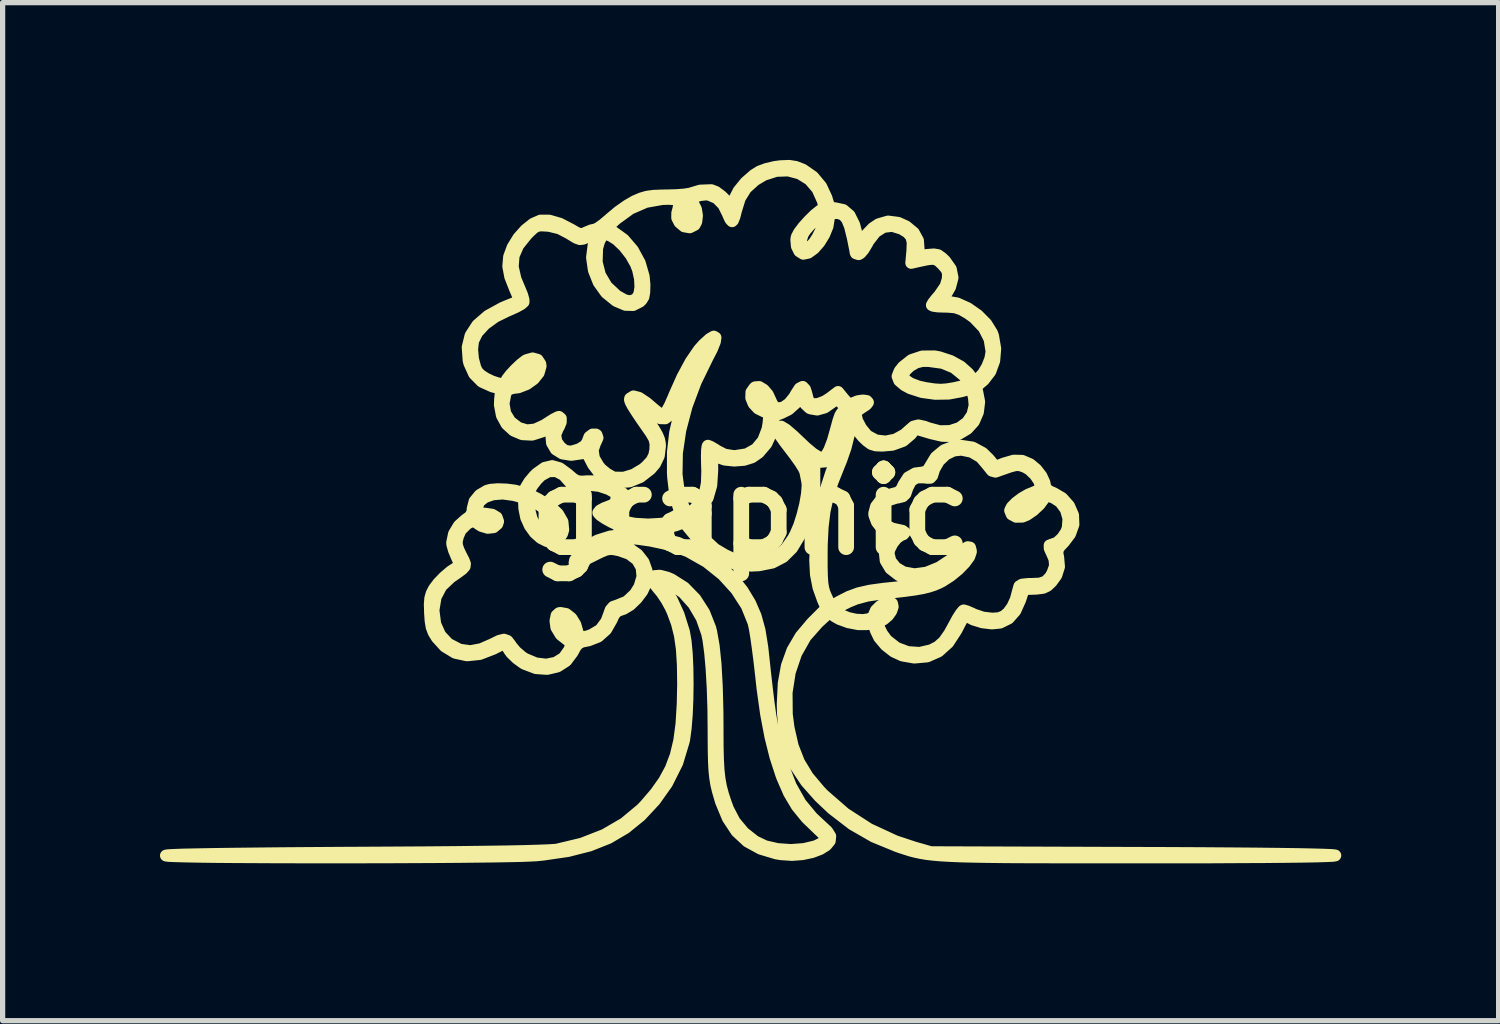
<source format=kicad_pcb>
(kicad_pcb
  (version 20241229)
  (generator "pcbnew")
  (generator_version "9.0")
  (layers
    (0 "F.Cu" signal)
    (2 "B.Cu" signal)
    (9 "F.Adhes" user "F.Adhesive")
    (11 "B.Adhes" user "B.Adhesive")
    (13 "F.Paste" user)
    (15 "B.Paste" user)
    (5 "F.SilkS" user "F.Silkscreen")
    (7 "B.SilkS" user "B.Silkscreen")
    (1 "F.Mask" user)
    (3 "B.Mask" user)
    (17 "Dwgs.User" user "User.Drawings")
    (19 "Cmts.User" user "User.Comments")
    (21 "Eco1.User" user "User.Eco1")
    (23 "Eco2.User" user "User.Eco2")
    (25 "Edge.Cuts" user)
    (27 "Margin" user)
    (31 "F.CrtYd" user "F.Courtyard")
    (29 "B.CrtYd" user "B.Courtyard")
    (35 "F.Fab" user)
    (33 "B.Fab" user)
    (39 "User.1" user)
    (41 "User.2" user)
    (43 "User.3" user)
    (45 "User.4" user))
  (footprint "graphic"
    (layer "F.Cu")
    (at 11.262 6.704)
    (property "Reference" "graphic" (at 0 0 0) (layer "F.SilkS") (effects (font (size 1.5 1.5) (thickness 0.3))))
    (attr board_only exclude_from_pos_files exclude_from_bom)
    (fp_poly (pts (xy 0.861 -6.572) (xy 0.989 -6.523) (xy 1.001 -6.517) (xy 1.191 -6.385) (xy 1.346 -6.199) (xy 1.447 -5.982) (xy 1.457 -5.946) (xy 1.49 -5.843) (xy 1.531 -5.796) (xy 1.602 -5.784) (xy 1.61 -5.784) (xy 1.767 -5.75) (xy 1.887 -5.648) (xy 1.972 -5.477) (xy 1.981 -5.45) (xy 2.016 -5.316) (xy 2.038 -5.2) (xy 2.041 -5.155) (xy 2.058 -5.08) (xy 2.095 -5.073) (xy 2.135 -5.135) (xy 2.141 -5.153) (xy 2.212 -5.282) (xy 2.331 -5.406) (xy 2.442 -5.48) (xy 2.622 -5.531) (xy 2.815 -5.506) (xy 2.967 -5.437) (xy 3.111 -5.317) (xy 3.192 -5.168) (xy 3.204 -5.005) (xy 3.197 -4.971) (xy 3.186 -4.913) (xy 3.202 -4.886) (xy 3.264 -4.883) (xy 3.371 -4.894) (xy 3.493 -4.904) (xy 3.574 -4.89) (xy 3.648 -4.838) (xy 3.709 -4.779) (xy 3.818 -4.624) (xy 3.851 -4.459) (xy 3.805 -4.283) (xy 3.749 -4.185) (xy 3.682 -4.082) (xy 3.658 -4.028) (xy 3.678 -4.008) (xy 3.741 -4.004) (xy 3.742 -4.004) (xy 3.937 -3.97) (xy 4.14 -3.879) (xy 4.333 -3.744) (xy 4.494 -3.581) (xy 4.603 -3.406) (xy 4.624 -3.348) (xy 4.665 -3.107) (xy 4.646 -2.876) (xy 4.571 -2.67) (xy 4.445 -2.506) (xy 4.404 -2.472) (xy 4.327 -2.405) (xy 4.306 -2.347) (xy 4.321 -2.289) (xy 4.359 -2.094) (xy 4.335 -1.895) (xy 4.257 -1.715) (xy 4.131 -1.577) (xy 4.125 -1.573) (xy 3.971 -1.481) (xy 3.822 -1.439) (xy 3.654 -1.443) (xy 3.444 -1.492) (xy 3.433 -1.495) (xy 3.141 -1.582) (xy 3.056 -1.473) (xy 2.906 -1.346) (xy 2.703 -1.273) (xy 2.509 -1.256) (xy 2.389 -1.261) (xy 2.303 -1.286) (xy 2.221 -1.345) (xy 2.138 -1.424) (xy 2.007 -1.584) (xy 1.943 -1.736) (xy 1.941 -1.747) (xy 1.869 -1.919) (xy 1.774 -2.031) (xy 1.636 -2.161) (xy 1.552 -2.082) (xy 1.412 -1.984) (xy 1.269 -1.944) (xy 1.143 -1.965) (xy 1.121 -1.977) (xy 1.041 -2.053) (xy 1 -2.123) (xy 0.98 -2.169) (xy 0.953 -2.17) (xy 0.902 -2.119) (xy 0.858 -2.066) (xy 0.725 -1.947) (xy 0.587 -1.879) (xy 0.485 -1.84) (xy 0.44 -1.791) (xy 0.432 -1.731) (xy 0.397 -1.503) (xy 0.3 -1.293) (xy 0.154 -1.122) (xy 0.026 -1.033) (xy -0.128 -0.985) (xy -0.313 -0.971) (xy -0.494 -0.99) (xy -0.612 -1.031) (xy -0.733 -1.095) (xy -0.73 -0.793) (xy -0.749 -0.501) (xy -0.817 -0.264) (xy -0.937 -0.071) (xy -1.018 0.012) (xy -1.092 0.083) (xy -1.13 0.141) (xy -1.13 0.203) (xy -1.087 0.283) (xy -0.999 0.396) (xy -0.911 0.5) (xy -0.682 0.713) (xy -0.488 0.828) (xy -0.353 0.891) (xy -0.245 0.926) (xy -0.131 0.94) (xy 0.021 0.939) (xy 0.073 0.936) (xy 0.322 0.906) (xy 0.516 0.834) (xy 0.672 0.71) (xy 0.806 0.521) (xy 0.855 0.43) (xy 0.925 0.267) (xy 0.987 0.07) (xy 1.039 -0.138) (xy 1.073 -0.334) (xy 1.086 -0.495) (xy 1.079 -0.573) (xy 1.055 -0.692) (xy 1.041 -0.762) (xy 1.009 -0.831) (xy 0.938 -0.943) (xy 0.84 -1.08) (xy 0.766 -1.177) (xy 0.66 -1.316) (xy 0.575 -1.435) (xy 0.523 -1.521) (xy 0.51 -1.552) (xy 0.527 -1.615) (xy 0.58 -1.621) (xy 0.672 -1.566) (xy 0.807 -1.451) (xy 0.878 -1.383) (xy 1.055 -1.216) (xy 1.19 -1.104) (xy 1.293 -1.041) (xy 1.37 -1.021) (xy 1.371 -1.021) (xy 1.433 -1.059) (xy 1.499 -1.171) (xy 1.567 -1.351) (xy 1.626 -1.56) (xy 1.672 -1.729) (xy 1.708 -1.833) (xy 1.743 -1.887) (xy 1.782 -1.904) (xy 1.787 -1.904) (xy 1.854 -1.87) (xy 1.889 -1.775) (xy 1.893 -1.628) (xy 1.867 -1.44) (xy 1.812 -1.22) (xy 1.728 -0.978) (xy 1.686 -0.875) (xy 1.562 -0.563) (xy 1.472 -0.282) (xy 1.411 -0.008) (xy 1.375 0.285) (xy 1.358 0.619) (xy 1.356 0.805) (xy 1.356 1.047) (xy 1.36 1.225) (xy 1.368 1.356) (xy 1.383 1.453) (xy 1.405 1.534) (xy 1.437 1.612) (xy 1.442 1.622) (xy 1.529 1.811) (xy 1.697 1.714) (xy 1.874 1.624) (xy 2.059 1.556) (xy 2.274 1.507) (xy 2.537 1.471) (xy 2.694 1.455) (xy 2.901 1.434) (xy 3.099 1.407) (xy 3.265 1.378) (xy 3.359 1.356) (xy 3.519 1.292) (xy 3.692 1.196) (xy 3.855 1.083) (xy 3.984 0.971) (xy 4.039 0.903) (xy 4.067 0.854) (xy 4.055 0.851) (xy 3.995 0.897) (xy 3.947 0.938) (xy 3.729 1.09) (xy 3.478 1.208) (xy 3.229 1.276) (xy 3.187 1.282) (xy 3.043 1.289) (xy 2.927 1.262) (xy 2.827 1.213) (xy 2.665 1.087) (xy 2.574 0.935) (xy 2.556 0.766) (xy 2.613 0.589) (xy 2.63 0.558) (xy 2.709 0.43) (xy 2.616 0.395) (xy 2.499 0.317) (xy 2.406 0.198) (xy 2.358 0.068) (xy 2.355 0.037) (xy 2.391 -0.098) (xy 2.484 -0.22) (xy 2.613 -0.309) (xy 2.708 -0.338) (xy 2.811 -0.365) (xy 2.873 -0.421) (xy 2.917 -0.514) (xy 3.006 -0.652) (xy 3.14 -0.728) (xy 3.282 -0.746) (xy 3.368 -0.773) (xy 3.419 -0.854) (xy 3.528 -1.036) (xy 3.689 -1.17) (xy 3.886 -1.245) (xy 4.004 -1.256) (xy 4.232 -1.222) (xy 4.425 -1.118) (xy 4.544 -1.001) (xy 4.666 -0.853) (xy 4.827 -0.917) (xy 5.017 -0.972) (xy 5.178 -0.968) (xy 5.33 -0.903) (xy 5.447 -0.805) (xy 5.545 -0.679) (xy 5.604 -0.55) (xy 5.614 -0.49) (xy 5.639 -0.426) (xy 5.723 -0.374) (xy 5.779 -0.352) (xy 5.94 -0.258) (xy 6.071 -0.111) (xy 6.149 0.067) (xy 6.156 0.246) (xy 6.092 0.427) (xy 5.975 0.581) (xy 5.89 0.672) (xy 5.853 0.738) (xy 5.852 0.81) (xy 5.865 0.868) (xy 5.881 1.052) (xy 5.829 1.216) (xy 5.738 1.341) (xy 5.659 1.416) (xy 5.576 1.455) (xy 5.456 1.47) (xy 5.417 1.472) (xy 5.208 1.479) (xy 5.141 1.684) (xy 5.046 1.895) (xy 4.92 2.038) (xy 4.758 2.118) (xy 4.756 2.119) (xy 4.6 2.134) (xy 4.418 2.112) (xy 4.248 2.06) (xy 4.176 2.022) (xy 4.106 1.987) (xy 4.073 1.986) (xy 4.047 2.028) (xy 3.996 2.121) (xy 3.932 2.246) (xy 3.923 2.263) (xy 3.768 2.501) (xy 3.582 2.668) (xy 3.366 2.763) (xy 3.121 2.785) (xy 2.893 2.745) (xy 2.73 2.67) (xy 2.575 2.549) (xy 2.452 2.403) (xy 2.39 2.276) (xy 2.356 2.181) (xy 2.315 2.143) (xy 2.241 2.144) (xy 2.214 2.148) (xy 2.053 2.148) (xy 1.866 2.112) (xy 1.692 2.049) (xy 1.606 2) (xy 1.499 1.923) (xy 1.286 2.118) (xy 1.049 2.386) (xy 0.869 2.704) (xy 0.748 3.061) (xy 0.687 3.452) (xy 0.691 3.867) (xy 0.724 4.121) (xy 0.805 4.475) (xy 0.924 4.779) (xy 1.092 5.056) (xy 1.321 5.328) (xy 1.388 5.398) (xy 1.799 5.756) (xy 2.257 6.052) (xy 2.761 6.285) (xy 3.121 6.404) (xy 3.435 6.494) (xy 7.292 6.507) (xy 7.971 6.509) (xy 8.59 6.512) (xy 9.148 6.516) (xy 9.641 6.52) (xy 10.068 6.525) (xy 10.427 6.53) (xy 10.716 6.536) (xy 10.933 6.542) (xy 11.076 6.548) (xy 11.144 6.555) (xy 11.149 6.557) (xy 11.11 6.564) (xy 10.995 6.57) (xy 10.804 6.576) (xy 10.541 6.581) (xy 10.207 6.585) (xy 9.804 6.589) (xy 9.334 6.591) (xy 8.798 6.594) (xy 8.199 6.595) (xy 7.538 6.595) (xy 7.424 6.595) (xy 6.776 6.595) (xy 6.202 6.595) (xy 5.695 6.594) (xy 5.252 6.593) (xy 4.866 6.591) (xy 4.533 6.587) (xy 4.247 6.582) (xy 4.004 6.576) (xy 3.798 6.567) (xy 3.624 6.557) (xy 3.476 6.544) (xy 3.35 6.529) (xy 3.24 6.51) (xy 3.142 6.489) (xy 3.049 6.465) (xy 2.957 6.436) (xy 2.861 6.405) (xy 2.803 6.385) (xy 2.349 6.199) (xy 1.938 5.963) (xy 1.552 5.665) (xy 1.315 5.441) (xy 1.059 5.153) (xy 0.868 4.866) (xy 0.734 4.563) (xy 0.652 4.229) (xy 0.615 3.849) (xy 0.611 3.671) (xy 0.63 3.278) (xy 0.69 2.941) (xy 0.796 2.646) (xy 0.953 2.378) (xy 1.168 2.123) (xy 1.2 2.091) (xy 1.417 1.874) (xy 1.61 1.874) (xy 1.64 1.914) (xy 1.714 1.967) (xy 1.718 1.969) (xy 1.855 2.027) (xy 2.004 2.06) (xy 2.147 2.068) (xy 2.265 2.049) (xy 2.339 2.006) (xy 2.352 1.97) (xy 2.434 1.97) (xy 2.46 1.982) (xy 2.519 1.959) (xy 2.581 1.916) (xy 2.612 1.882) (xy 2.621 1.827) (xy 2.615 1.817) (xy 2.574 1.822) (xy 2.512 1.866) (xy 2.456 1.924) (xy 2.434 1.97) (xy 2.352 1.97) (xy 2.355 1.961) (xy 2.388 1.884) (xy 2.467 1.805) (xy 2.564 1.745) (xy 2.636 1.727) (xy 2.697 1.752) (xy 2.71 1.814) (xy 2.683 1.896) (xy 2.622 1.982) (xy 2.537 2.055) (xy 2.465 2.09) (xy 2.437 2.134) (xy 2.453 2.22) (xy 2.506 2.329) (xy 2.589 2.442) (xy 2.602 2.457) (xy 2.782 2.598) (xy 2.995 2.678) (xy 3.222 2.694) (xy 3.443 2.643) (xy 3.573 2.576) (xy 3.683 2.478) (xy 3.79 2.326) (xy 3.869 2.182) (xy 3.942 2.047) (xy 4.007 1.944) (xy 4.053 1.889) (xy 4.063 1.884) (xy 4.122 1.901) (xy 4.219 1.943) (xy 4.26 1.963) (xy 4.427 2.02) (xy 4.605 2.041) (xy 4.738 2.032) (xy 4.831 1.994) (xy 4.907 1.93) (xy 4.989 1.818) (xy 5.053 1.68) (xy 5.063 1.645) (xy 5.094 1.529) (xy 5.118 1.442) (xy 5.124 1.423) (xy 5.175 1.392) (xy 5.299 1.379) (xy 5.357 1.379) (xy 5.519 1.372) (xy 5.63 1.332) (xy 5.711 1.247) (xy 5.754 1.173) (xy 5.804 1.034) (xy 5.792 0.906) (xy 5.751 0.81) (xy 5.702 0.702) (xy 5.7 0.645) (xy 5.744 0.628) (xy 5.746 0.628) (xy 5.841 0.594) (xy 5.938 0.507) (xy 6.016 0.39) (xy 6.046 0.312) (xy 6.059 0.132) (xy 6.009 -0.04) (xy 5.905 -0.181) (xy 5.783 -0.261) (xy 5.687 -0.297) (xy 5.636 -0.3) (xy 5.604 -0.266) (xy 5.595 -0.25) (xy 5.509 -0.134) (xy 5.39 -0.022) (xy 5.264 0.064) (xy 5.181 0.098) (xy 5.063 0.1) (xy 4.978 0.055) (xy 4.947 -0.02) (xy 4.953 -0.034) (xy 5.053 -0.034) (xy 5.053 0.01) (xy 5.104 0.023) (xy 5.192 0.002) (xy 5.306 -0.055) (xy 5.331 -0.07) (xy 5.415 -0.142) (xy 5.46 -0.202) (xy 5.471 -0.259) (xy 5.431 -0.277) (xy 5.354 -0.26) (xy 5.255 -0.211) (xy 5.147 -0.135) (xy 5.115 -0.107) (xy 5.053 -0.034) (xy 4.953 -0.034) (xy 4.979 -0.087) (xy 5.061 -0.17) (xy 5.174 -0.255) (xy 5.297 -0.326) (xy 5.378 -0.358) (xy 5.488 -0.406) (xy 5.535 -0.46) (xy 5.535 -0.467) (xy 5.504 -0.579) (xy 5.423 -0.699) (xy 5.315 -0.802) (xy 5.235 -0.849) (xy 5.138 -0.883) (xy 5.057 -0.886) (xy 4.953 -0.859) (xy 4.912 -0.845) (xy 4.791 -0.803) (xy 4.695 -0.769) (xy 4.668 -0.76) (xy 4.602 -0.778) (xy 4.527 -0.871) (xy 4.523 -0.877) (xy 4.389 -1.035) (xy 4.215 -1.138) (xy 4.019 -1.179) (xy 3.872 -1.163) (xy 3.722 -1.09) (xy 3.591 -0.965) (xy 3.503 -0.813) (xy 3.493 -0.781) (xy 3.462 -0.683) (xy 3.425 -0.643) (xy 3.357 -0.643) (xy 3.32 -0.65) (xy 3.168 -0.651) (xy 3.059 -0.586) (xy 2.99 -0.453) (xy 2.985 -0.436) (xy 2.952 -0.339) (xy 2.903 -0.291) (xy 2.81 -0.267) (xy 2.777 -0.263) (xy 2.632 -0.217) (xy 2.515 -0.131) (xy 2.445 -0.022) (xy 2.434 0.039) (xy 2.47 0.152) (xy 2.564 0.253) (xy 2.697 0.322) (xy 2.778 0.341) (xy 2.895 0.366) (xy 2.94 0.398) (xy 2.912 0.433) (xy 2.863 0.452) (xy 2.783 0.508) (xy 2.704 0.608) (xy 2.647 0.721) (xy 2.63 0.797) (xy 2.667 0.943) (xy 2.768 1.069) (xy 2.915 1.157) (xy 3.124 1.195) (xy 3.354 1.164) (xy 3.597 1.065) (xy 3.846 0.9) (xy 3.932 0.828) (xy 4.058 0.725) (xy 4.139 0.678) (xy 4.184 0.686) (xy 4.2 0.747) (xy 4.201 0.767) (xy 4.169 0.861) (xy 4.083 0.979) (xy 3.96 1.105) (xy 3.812 1.226) (xy 3.656 1.327) (xy 3.589 1.361) (xy 3.495 1.401) (xy 3.396 1.433) (xy 3.278 1.462) (xy 3.131 1.488) (xy 2.939 1.514) (xy 2.691 1.543) (xy 2.48 1.566) (xy 2.221 1.605) (xy 2.007 1.663) (xy 1.862 1.723) (xy 1.737 1.785) (xy 1.647 1.839) (xy 1.61 1.872) (xy 1.61 1.874) (xy 1.417 1.874) (xy 1.447 1.843) (xy 1.375 1.677) (xy 1.292 1.445) (xy 1.244 1.2) (xy 1.23 0.923) (xy 1.248 0.594) (xy 1.251 0.559) (xy 1.313 0.085) (xy 1.406 -0.339) (xy 1.535 -0.74) (xy 1.616 -0.941) (xy 1.702 -1.154) (xy 1.755 -1.327) (xy 1.783 -1.488) (xy 1.791 -1.59) (xy 1.795 -1.724) (xy 1.787 -1.781) (xy 1.769 -1.762) (xy 1.74 -1.666) (xy 1.701 -1.495) (xy 1.692 -1.452) (xy 1.641 -1.272) (xy 1.572 -1.116) (xy 1.495 -1.003) (xy 1.433 -0.956) (xy 1.33 -0.947) (xy 1.206 -0.995) (xy 1.052 -1.102) (xy 0.908 -1.229) (xy 0.793 -1.336) (xy 0.728 -1.391) (xy 0.713 -1.392) (xy 0.749 -1.338) (xy 0.836 -1.226) (xy 0.917 -1.127) (xy 1.074 -0.893) (xy 1.158 -0.663) (xy 1.176 -0.498) (xy 1.161 -0.307) (xy 1.115 -0.076) (xy 1.048 0.166) (xy 0.965 0.39) (xy 0.932 0.463) (xy 0.79 0.699) (xy 0.62 0.867) (xy 0.414 0.974) (xy 0.158 1.025) (xy 0.009 1.032) (xy -0.274 1.004) (xy -0.532 0.912) (xy -0.774 0.752) (xy -1.008 0.518) (xy -1.036 0.485) (xy -1.269 0.204) (xy -1.43 0.264) (xy -1.569 0.298) (xy -1.769 0.32) (xy -1.983 0.329) (xy -2.169 0.329) (xy -2.301 0.322) (xy -2.406 0.303) (xy -2.508 0.266) (xy -2.634 0.207) (xy -2.641 0.204) (xy -2.768 0.134) (xy -2.862 0.071) (xy -2.904 0.026) (xy -2.905 0.021) (xy -2.871 -0.022) (xy -2.785 -0.068) (xy -2.738 -0.085) (xy -2.629 -0.128) (xy -2.576 -0.18) (xy -2.559 -0.246) (xy -2.561 -0.317) (xy -2.598 -0.368) (xy -2.689 -0.419) (xy -2.716 -0.432) (xy -2.885 -0.488) (xy -3.051 -0.507) (xy -3.189 -0.489) (xy -3.259 -0.451) (xy -3.304 -0.421) (xy -3.344 -0.433) (xy -3.399 -0.498) (xy -3.431 -0.543) (xy -3.566 -0.696) (xy -3.707 -0.771) (xy -3.85 -0.768) (xy -3.996 -0.688) (xy -4.003 -0.682) (xy -4.079 -0.605) (xy -4.153 -0.51) (xy -4.211 -0.418) (xy -4.237 -0.352) (xy -4.233 -0.335) (xy -4.193 -0.312) (xy -4.108 -0.267) (xy -4.054 -0.24) (xy -3.83 -0.104) (xy -3.673 0.043) (xy -3.586 0.195) (xy -3.572 0.348) (xy -3.594 0.423) (xy -3.669 0.531) (xy -3.769 0.575) (xy -3.883 0.564) (xy -4.001 0.505) (xy -4.114 0.405) (xy -4.21 0.272) (xy -4.281 0.114) (xy -4.316 -0.062) (xy -4.318 -0.116) (xy -4.322 -0.205) (xy -4.342 -0.247) (xy -4.252 -0.247) (xy -4.226 -0.06) (xy -4.173 0.143) (xy -4.079 0.316) (xy -3.956 0.436) (xy -3.932 0.451) (xy -3.839 0.496) (xy -3.782 0.502) (xy -3.731 0.466) (xy -3.713 0.449) (xy -3.655 0.344) (xy -3.667 0.223) (xy -3.746 0.094) (xy -3.887 -0.034) (xy -4.046 -0.135) (xy -4.252 -0.247) (xy -4.342 -0.247) (xy -4.346 -0.255) (xy -4.41 -0.287) (xy -4.518 -0.315) (xy -4.726 -0.343) (xy -4.914 -0.328) (xy -5.067 -0.275) (xy -5.174 -0.189) (xy -5.22 -0.074) (xy -5.221 -0.052) (xy -5.211 0.007) (xy -5.167 0.033) (xy -5.067 0.039) (xy -4.928 0.059) (xy -4.841 0.111) (xy -4.814 0.188) (xy -4.83 0.238) (xy -4.902 0.299) (xy -5.011 0.311) (xy -5.132 0.275) (xy -5.19 0.238) (xy -5.258 0.19) (xy -5.31 0.184) (xy -5.384 0.221) (xy -5.409 0.236) (xy -5.527 0.353) (xy -5.578 0.468) (xy -5.602 0.565) (xy -5.599 0.645) (xy -5.566 0.739) (xy -5.521 0.833) (xy -5.471 0.93) (xy -5.446 0.996) (xy -5.452 1.047) (xy -5.499 1.099) (xy -5.592 1.168) (xy -5.721 1.257) (xy -5.897 1.424) (xy -6.005 1.63) (xy -6.045 1.873) (xy -6.045 1.893) (xy -6.012 2.147) (xy -5.917 2.358) (xy -5.765 2.52) (xy -5.56 2.627) (xy -5.534 2.635) (xy -5.343 2.661) (xy -5.137 2.622) (xy -4.929 2.531) (xy -4.792 2.464) (xy -4.702 2.442) (xy -4.637 2.465) (xy -4.58 2.538) (xy -4.561 2.568) (xy -4.479 2.667) (xy -4.362 2.768) (xy -4.301 2.808) (xy -4.096 2.894) (xy -3.896 2.918) (xy -3.714 2.881) (xy -3.564 2.788) (xy -3.459 2.64) (xy -3.453 2.627) (xy -3.423 2.54) (xy -3.434 2.493) (xy -3.475 2.462) (xy -3.621 2.348) (xy -3.705 2.209) (xy -3.722 2.083) (xy -3.711 2.031) (xy -3.65 2.031) (xy -3.648 2.103) (xy -3.616 2.194) (xy -3.558 2.28) (xy -3.548 2.291) (xy -3.46 2.36) (xy -3.406 2.363) (xy -3.391 2.3) (xy -3.4 2.245) (xy -3.443 2.148) (xy -3.515 2.06) (xy -3.591 2.007) (xy -3.616 2.002) (xy -3.65 2.031) (xy -3.711 2.031) (xy -3.701 1.981) (xy -3.653 1.937) (xy -3.629 1.932) (xy -3.518 1.952) (xy -3.416 2.032) (xy -3.341 2.154) (xy -3.317 2.238) (xy -3.287 2.344) (xy -3.231 2.392) (xy -3.136 2.386) (xy -3.035 2.353) (xy -2.866 2.252) (xy -2.751 2.097) (xy -2.709 1.984) (xy -2.669 1.873) (xy -2.618 1.815) (xy -2.545 1.791) (xy -2.359 1.715) (xy -2.205 1.571) (xy -2.12 1.433) (xy -2.063 1.242) (xy -2.079 1.068) (xy -2.164 0.92) (xy -2.313 0.807) (xy -2.496 0.742) (xy -2.601 0.72) (xy -2.681 0.714) (xy -2.759 0.729) (xy -2.857 0.769) (xy -2.998 0.839) (xy -3.025 0.853) (xy -3.165 0.92) (xy -3.278 0.965) (xy -3.346 0.982) (xy -3.358 0.979) (xy -3.348 0.927) (xy -3.289 0.846) (xy -3.21 0.766) (xy -3.101 0.766) (xy -3.082 0.785) (xy -3.062 0.766) (xy -3.082 0.746) (xy -3.101 0.766) (xy -3.21 0.766) (xy -3.196 0.751) (xy -3.084 0.656) (xy -2.969 0.578) (xy -2.916 0.55) (xy -2.676 0.474) (xy -2.381 0.442) (xy -2.041 0.455) (xy -1.806 0.487) (xy -1.383 0.596) (xy -0.99 0.768) (xy -0.637 0.998) (xy -0.334 1.279) (xy -0.152 1.51) (xy -0.009 1.747) (xy 0.096 1.99) (xy 0.171 2.261) (xy 0.223 2.582) (xy 0.233 2.67) (xy 0.275 3.062) (xy 0.312 3.387) (xy 0.345 3.657) (xy 0.377 3.884) (xy 0.411 4.079) (xy 0.447 4.253) (xy 0.487 4.419) (xy 0.535 4.588) (xy 0.592 4.771) (xy 0.612 4.832) (xy 0.767 5.232) (xy 0.954 5.563) (xy 1.175 5.83) (xy 1.216 5.869) (xy 1.323 5.969) (xy 1.418 6.057) (xy 1.461 6.097) (xy 1.519 6.189) (xy 1.51 6.279) (xy 1.442 6.363) (xy 1.325 6.436) (xy 1.171 6.494) (xy 0.988 6.533) (xy 0.788 6.548) (xy 0.58 6.534) (xy 0.493 6.52) (xy 0.19 6.429) (xy -0.062 6.291) (xy -0.268 6.1) (xy -0.434 5.849) (xy -0.566 5.533) (xy -0.627 5.323) (xy -0.656 5.201) (xy -0.676 5.078) (xy -0.691 4.938) (xy -0.7 4.768) (xy -0.705 4.552) (xy -0.707 4.276) (xy -0.707 4.204) (xy -0.711 3.769) (xy -0.724 3.367) (xy -0.745 3.005) (xy -0.772 2.696) (xy -0.805 2.448) (xy -0.831 2.322) (xy -0.934 2.028) (xy -1.088 1.766) (xy -1.281 1.55) (xy -1.504 1.393) (xy -1.558 1.367) (xy -1.662 1.325) (xy -1.733 1.304) (xy -1.749 1.304) (xy -1.736 1.34) (xy -1.684 1.415) (xy -1.646 1.463) (xy -1.501 1.683) (xy -1.373 1.963) (xy -1.271 2.288) (xy -1.269 2.297) (xy -1.239 2.468) (xy -1.217 2.7) (xy -1.204 2.974) (xy -1.2 3.272) (xy -1.204 3.576) (xy -1.216 3.867) (xy -1.237 4.129) (xy -1.266 4.343) (xy -1.273 4.377) (xy -1.397 4.789) (xy -1.594 5.182) (xy -1.824 5.506) (xy -2.095 5.798) (xy -2.387 6.035) (xy -2.708 6.224) (xy -3.07 6.368) (xy -3.482 6.473) (xy -3.954 6.542) (xy -4.083 6.555) (xy -4.196 6.561) (xy -4.374 6.568) (xy -4.61 6.573) (xy -4.897 6.578) (xy -5.228 6.582) (xy -5.598 6.586) (xy -5.998 6.589) (xy -6.423 6.591) (xy -6.865 6.593) (xy -7.318 6.594) (xy -7.775 6.595) (xy -8.23 6.595) (xy -8.675 6.594) (xy -9.104 6.593) (xy -9.51 6.591) (xy -9.886 6.589) (xy -10.227 6.586) (xy -10.524 6.582) (xy -10.771 6.577) (xy -10.962 6.572) (xy -11.089 6.567) (xy -11.147 6.56) (xy -11.149 6.559) (xy -11.111 6.552) (xy -10.997 6.546) (xy -10.81 6.539) (xy -10.555 6.534) (xy -10.234 6.528) (xy -9.851 6.523) (xy -9.408 6.518) (xy -8.909 6.513) (xy -8.357 6.509) (xy -7.755 6.505) (xy -7.547 6.504) (xy -6.831 6.5) (xy -6.185 6.496) (xy -5.61 6.491) (xy -5.108 6.485) (xy -4.68 6.479) (xy -4.326 6.472) (xy -4.047 6.464) (xy -3.845 6.456) (xy -3.72 6.448) (xy -3.69 6.444) (xy -3.217 6.331) (xy -2.787 6.163) (xy -2.407 5.942) (xy -2.082 5.671) (xy -2.011 5.597) (xy -1.81 5.362) (xy -1.649 5.134) (xy -1.523 4.901) (xy -1.429 4.65) (xy -1.362 4.369) (xy -1.319 4.047) (xy -1.296 3.669) (xy -1.288 3.293) (xy -1.293 2.926) (xy -1.312 2.621) (xy -1.349 2.362) (xy -1.406 2.133) (xy -1.485 1.918) (xy -1.525 1.829) (xy -1.606 1.681) (xy -1.699 1.543) (xy -1.766 1.463) (xy -1.851 1.354) (xy -1.868 1.275) (xy -1.826 1.229) (xy -1.73 1.222) (xy -1.589 1.259) (xy -1.511 1.292) (xy -1.267 1.446) (xy -1.055 1.663) (xy -0.885 1.927) (xy -0.768 2.224) (xy -0.75 2.297) (xy -0.703 2.563) (xy -0.668 2.905) (xy -0.644 3.324) (xy -0.631 3.82) (xy -0.629 4.143) (xy -0.628 4.462) (xy -0.622 4.717) (xy -0.611 4.923) (xy -0.592 5.095) (xy -0.564 5.248) (xy -0.524 5.398) (xy -0.471 5.558) (xy -0.429 5.672) (xy -0.305 5.91) (xy -0.129 6.121) (xy 0.081 6.287) (xy 0.276 6.38) (xy 0.51 6.434) (xy 0.766 6.452) (xy 1.016 6.434) (xy 1.23 6.383) (xy 1.268 6.367) (xy 1.373 6.314) (xy 1.44 6.266) (xy 1.453 6.245) (xy 1.425 6.198) (xy 1.356 6.122) (xy 1.307 6.076) (xy 1.066 5.844) (xy 0.881 5.617) (xy 0.732 5.367) (xy 0.603 5.071) (xy 0.584 5.02) (xy 0.471 4.673) (xy 0.376 4.293) (xy 0.295 3.866) (xy 0.227 3.381) (xy 0.196 3.101) (xy 0.167 2.848) (xy 0.136 2.606) (xy 0.106 2.393) (xy 0.078 2.225) (xy 0.055 2.12) (xy -0.076 1.795) (xy -0.275 1.487) (xy -0.532 1.205) (xy -0.838 0.96) (xy -1.184 0.764) (xy -1.198 0.757) (xy -1.4 0.681) (xy -1.647 0.611) (xy -1.909 0.555) (xy -2.155 0.52) (xy -2.313 0.51) (xy -2.45 0.522) (xy -2.61 0.552) (xy -2.769 0.595) (xy -2.902 0.643) (xy -2.982 0.689) (xy -2.984 0.691) (xy -3.012 0.724) (xy -2.991 0.725) (xy -2.91 0.695) (xy -2.897 0.689) (xy -2.69 0.637) (xy -2.489 0.647) (xy -2.307 0.711) (xy -2.154 0.819) (xy -2.041 0.963) (xy -1.981 1.133) (xy -1.985 1.323) (xy -1.998 1.374) (xy -2.065 1.518) (xy -2.172 1.66) (xy -2.297 1.78) (xy -2.422 1.856) (xy -2.463 1.869) (xy -2.547 1.9) (xy -2.606 1.968) (xy -2.649 2.064) (xy -2.755 2.25) (xy -2.907 2.385) (xy -3.088 2.456) (xy -3.099 2.458) (xy -3.214 2.481) (xy -3.286 2.516) (xy -3.341 2.585) (xy -3.396 2.687) (xy -3.518 2.849) (xy -3.684 2.955) (xy -3.88 3.001) (xy -4.092 2.986) (xy -4.307 2.905) (xy -4.334 2.89) (xy -4.457 2.801) (xy -4.563 2.698) (xy -4.601 2.646) (xy -4.653 2.562) (xy -4.687 2.515) (xy -4.692 2.513) (xy -4.73 2.529) (xy -4.817 2.572) (xy -4.908 2.618) (xy -5.165 2.717) (xy -5.408 2.742) (xy -5.632 2.693) (xy -5.83 2.573) (xy -5.982 2.406) (xy -6.044 2.306) (xy -6.082 2.207) (xy -6.103 2.082) (xy -6.113 1.935) (xy -6.118 1.768) (xy -6.109 1.653) (xy -6.083 1.562) (xy -6.038 1.474) (xy -5.956 1.365) (xy -5.841 1.246) (xy -5.715 1.139) (xy -5.603 1.066) (xy -5.57 1.052) (xy -5.549 1.02) (xy -5.57 0.942) (xy -5.607 0.859) (xy -5.658 0.737) (xy -5.688 0.63) (xy -5.692 0.595) (xy -5.657 0.425) (xy -5.563 0.268) (xy -5.442 0.16) (xy -5.407 0.134) (xy -5.172 0.134) (xy -5.133 0.17) (xy -5.124 0.177) (xy -5.036 0.221) (xy -4.964 0.217) (xy -4.935 0.177) (xy -4.964 0.148) (xy -5.045 0.129) (xy -5.064 0.127) (xy -5.152 0.123) (xy -5.172 0.134) (xy -5.407 0.134) (xy -5.347 0.089) (xy -5.306 0.015) (xy -5.3 -0.057) (xy -5.264 -0.196) (xy -5.166 -0.316) (xy -5.026 -0.398) (xy -4.958 -0.416) (xy -4.823 -0.427) (xy -4.656 -0.421) (xy -4.497 -0.401) (xy -4.393 -0.374) (xy -4.335 -0.381) (xy -4.285 -0.457) (xy -4.28 -0.469) (xy -4.221 -0.566) (xy -4.128 -0.677) (xy -4.078 -0.726) (xy -3.926 -0.834) (xy -3.784 -0.868) (xy -3.64 -0.827) (xy -3.484 -0.712) (xy -3.483 -0.711) (xy -3.384 -0.625) (xy -3.308 -0.582) (xy -3.222 -0.571) (xy -3.11 -0.579) (xy -2.937 -0.577) (xy -2.766 -0.544) (xy -2.621 -0.487) (xy -2.526 -0.412) (xy -2.512 -0.392) (xy -2.469 -0.249) (xy -2.5 -0.129) (xy -2.6 -0.041) (xy -2.69 -0.006) (xy -2.749 0.012) (xy -2.758 0.032) (xy -2.71 0.067) (xy -2.63 0.113) (xy -2.444 0.186) (xy -2.209 0.231) (xy -1.952 0.246) (xy -1.697 0.231) (xy -1.47 0.185) (xy -1.406 0.163) (xy -1.3 0.121) (xy -1.382 -0.106) (xy -1.442 -0.344) (xy -1.478 -0.651) (xy -1.483 -0.737) (xy -1.483 -1.13) (xy -1.44 -1.507) (xy -1.352 -1.886) (xy -1.214 -2.285) (xy -1.028 -2.706) (xy -0.937 -2.897) (xy -0.877 -3.025) (xy -0.845 -3.099) (xy -0.838 -3.126) (xy -0.854 -3.116) (xy -0.889 -3.076) (xy -0.901 -3.062) (xy -1.002 -2.921) (xy -1.117 -2.727) (xy -1.234 -2.502) (xy -1.343 -2.266) (xy -1.381 -2.174) (xy -1.469 -1.971) (xy -1.548 -1.84) (xy -1.629 -1.777) (xy -1.722 -1.779) (xy -1.837 -1.84) (xy -1.967 -1.943) (xy -2.071 -2.028) (xy -2.151 -2.085) (xy -2.189 -2.103) (xy -2.19 -2.103) (xy -2.178 -2.065) (xy -2.13 -1.984) (xy -2.075 -1.903) (xy -1.937 -1.71) (xy -1.841 -1.565) (xy -1.779 -1.457) (xy -1.744 -1.372) (xy -1.729 -1.297) (xy -1.727 -1.251) (xy -1.749 -1.064) (xy -1.822 -0.911) (xy -1.909 -0.809) (xy -2.103 -0.658) (xy -2.308 -0.574) (xy -2.512 -0.558) (xy -2.704 -0.607) (xy -2.872 -0.721) (xy -3.005 -0.897) (xy -3.023 -0.932) (xy -3.082 -1.047) (xy -3.127 -1.105) (xy -3.173 -1.119) (xy -3.219 -1.11) (xy -3.421 -1.08) (xy -3.589 -1.107) (xy -3.715 -1.185) (xy -3.788 -1.309) (xy -3.801 -1.459) (xy -3.794 -1.555) (xy -3.797 -1.607) (xy -3.799 -1.61) (xy -3.838 -1.593) (xy -3.923 -1.552) (xy -3.973 -1.527) (xy -4.167 -1.465) (xy -4.353 -1.474) (xy -4.518 -1.544) (xy -4.652 -1.666) (xy -4.744 -1.833) (xy -4.782 -2.036) (xy -4.778 -2.139) (xy -4.757 -2.341) (xy -4.926 -2.386) (xy -5.125 -2.476) (xy -5.272 -2.625) (xy -5.364 -2.828) (xy -5.378 -2.883) (xy -5.393 -3.094) (xy -5.309 -3.094) (xy -5.293 -2.911) (xy -5.248 -2.743) (xy -5.213 -2.67) (xy -5.148 -2.602) (xy -5.047 -2.537) (xy -4.931 -2.482) (xy -4.818 -2.445) (xy -4.727 -2.431) (xy -4.676 -2.45) (xy -4.675 -2.455) (xy -4.593 -2.455) (xy -4.561 -2.435) (xy -4.477 -2.444) (xy -4.37 -2.476) (xy -4.25 -2.538) (xy -4.157 -2.617) (xy -4.099 -2.699) (xy -4.084 -2.769) (xy -4.118 -2.816) (xy -4.176 -2.827) (xy -4.27 -2.792) (xy -4.39 -2.693) (xy -4.431 -2.651) (xy -4.517 -2.555) (xy -4.575 -2.483) (xy -4.593 -2.455) (xy -4.675 -2.455) (xy -4.672 -2.466) (xy -4.645 -2.523) (xy -4.576 -2.612) (xy -4.483 -2.712) (xy -4.384 -2.806) (xy -4.297 -2.874) (xy -4.275 -2.888) (xy -4.156 -2.921) (xy -4.061 -2.894) (xy -4.009 -2.815) (xy -4.004 -2.772) (xy -4.04 -2.645) (xy -4.135 -2.526) (xy -4.271 -2.429) (xy -4.428 -2.368) (xy -4.534 -2.355) (xy -4.625 -2.328) (xy -4.673 -2.255) (xy -4.71 -2.059) (xy -4.678 -1.873) (xy -4.581 -1.714) (xy -4.428 -1.598) (xy -4.419 -1.594) (xy -4.264 -1.549) (xy -4.107 -1.566) (xy -3.931 -1.647) (xy -3.86 -1.693) (xy -3.757 -1.758) (xy -3.678 -1.799) (xy -3.654 -1.806) (xy -3.618 -1.776) (xy -3.619 -1.705) (xy -3.655 -1.618) (xy -3.672 -1.592) (xy -3.725 -1.465) (xy -3.703 -1.334) (xy -3.628 -1.23) (xy -3.54 -1.161) (xy -3.447 -1.145) (xy -3.388 -1.152) (xy -3.259 -1.192) (xy -3.157 -1.258) (xy -3.104 -1.335) (xy -3.101 -1.356) (xy -3.074 -1.425) (xy -3.013 -1.47) (xy -2.95 -1.47) (xy -2.937 -1.461) (xy -2.918 -1.406) (xy -2.956 -1.321) (xy -2.962 -1.313) (xy -3.01 -1.172) (xy -2.987 -1.018) (xy -2.895 -0.862) (xy -2.847 -0.808) (xy -2.741 -0.721) (xy -2.632 -0.66) (xy -2.597 -0.649) (xy -2.42 -0.646) (xy -2.229 -0.704) (xy -2.047 -0.813) (xy -1.994 -0.858) (xy -1.892 -0.967) (xy -1.839 -1.07) (xy -1.818 -1.179) (xy -1.814 -1.296) (xy -1.838 -1.392) (xy -1.902 -1.502) (xy -1.922 -1.531) (xy -2.07 -1.743) (xy -2.176 -1.901) (xy -2.247 -2.013) (xy -2.287 -2.087) (xy -2.302 -2.132) (xy -2.298 -2.157) (xy -2.233 -2.197) (xy -2.129 -2.17) (xy -1.989 -2.077) (xy -1.924 -2.022) (xy -1.82 -1.933) (xy -1.738 -1.87) (xy -1.697 -1.846) (xy -1.648 -1.862) (xy -1.598 -1.917) (xy -1.54 -2.022) (xy -1.467 -2.189) (xy -1.456 -2.218) (xy -1.3 -2.566) (xy -1.142 -2.858) (xy -0.986 -3.086) (xy -0.899 -3.184) (xy -0.779 -3.293) (xy -0.702 -3.337) (xy -0.669 -3.318) (xy -0.68 -3.24) (xy -0.735 -3.102) (xy -0.822 -2.933) (xy -1.046 -2.474) (xy -1.219 -2.011) (xy -1.339 -1.555) (xy -1.404 -1.117) (xy -1.411 -0.707) (xy -1.369 -0.385) (xy -1.326 -0.218) (xy -1.274 -0.081) (xy -1.222 0.01) (xy -1.181 0.039) (xy -1.136 0.012) (xy -1.064 -0.056) (xy -1.029 -0.095) (xy -0.931 -0.227) (xy -0.868 -0.371) (xy -0.835 -0.545) (xy -0.828 -0.769) (xy -0.832 -0.888) (xy -0.835 -1.047) (xy -0.832 -1.171) (xy -0.822 -1.244) (xy -0.814 -1.256) (xy -0.764 -1.236) (xy -0.677 -1.185) (xy -0.637 -1.158) (xy -0.498 -1.087) (xy -0.339 -1.061) (xy -0.291 -1.06) (xy -0.073 -1.094) (xy 0.105 -1.194) (xy 0.238 -1.354) (xy 0.321 -1.57) (xy 0.34 -1.682) (xy 0.351 -1.8) (xy 0.343 -1.862) (xy 0.308 -1.892) (xy 0.264 -1.905) (xy 0.143 -1.964) (xy 0.056 -2.058) (xy 0.011 -2.169) (xy 0.012 -2.198) (xy 0.083 -2.198) (xy 0.111 -2.122) (xy 0.166 -2.063) (xy 0.26 -2.009) (xy 0.307 -2.015) (xy 0.314 -2.044) (xy 0.292 -2.123) (xy 0.241 -2.217) (xy 0.185 -2.282) (xy 0.182 -2.284) (xy 0.12 -2.3) (xy 0.086 -2.265) (xy 0.083 -2.198) (xy 0.012 -2.198) (xy 0.014 -2.276) (xy 0.074 -2.361) (xy 0.087 -2.37) (xy 0.162 -2.376) (xy 0.248 -2.325) (xy 0.327 -2.233) (xy 0.382 -2.115) (xy 0.386 -2.102) (xy 0.439 -2.003) (xy 0.524 -1.966) (xy 0.626 -1.986) (xy 0.734 -2.061) (xy 0.834 -2.186) (xy 0.865 -2.241) (xy 0.934 -2.348) (xy 0.993 -2.378) (xy 1.038 -2.331) (xy 1.063 -2.251) (xy 1.089 -2.151) (xy 1.115 -2.087) (xy 1.182 -2.046) (xy 1.29 -2.053) (xy 1.419 -2.103) (xy 1.511 -2.162) (xy 1.668 -2.281) (xy 1.774 -2.151) (xy 1.846 -2.072) (xy 1.897 -2.047) (xy 1.952 -2.066) (xy 1.96 -2.071) (xy 2.048 -2.106) (xy 2.142 -2.119) (xy 2.214 -2.109) (xy 2.238 -2.082) (xy 2.206 -2.039) (xy 2.13 -1.988) (xy 2.12 -1.983) (xy 2.04 -1.925) (xy 2.002 -1.867) (xy 2.002 -1.862) (xy 2.031 -1.734) (xy 2.106 -1.591) (xy 2.209 -1.464) (xy 2.235 -1.441) (xy 2.392 -1.357) (xy 2.574 -1.336) (xy 2.762 -1.374) (xy 2.936 -1.47) (xy 3.02 -1.546) (xy 3.107 -1.621) (xy 3.197 -1.644) (xy 3.314 -1.619) (xy 3.39 -1.59) (xy 3.604 -1.533) (xy 3.806 -1.537) (xy 3.985 -1.596) (xy 4.129 -1.702) (xy 4.228 -1.847) (xy 4.27 -2.023) (xy 4.257 -2.172) (xy 4.232 -2.276) (xy 4.198 -2.323) (xy 4.133 -2.325) (xy 4.018 -2.293) (xy 3.778 -2.248) (xy 3.519 -2.244) (xy 3.265 -2.279) (xy 3.043 -2.351) (xy 2.936 -2.409) (xy 2.833 -2.496) (xy 2.801 -2.579) (xy 2.805 -2.589) (xy 2.905 -2.589) (xy 2.942 -2.515) (xy 3.043 -2.445) (xy 3.195 -2.387) (xy 3.333 -2.356) (xy 3.499 -2.331) (xy 3.625 -2.323) (xy 3.745 -2.332) (xy 3.89 -2.356) (xy 4.044 -2.391) (xy 4.126 -2.43) (xy 4.142 -2.481) (xy 4.099 -2.554) (xy 4.061 -2.596) (xy 3.879 -2.744) (xy 3.661 -2.834) (xy 3.397 -2.87) (xy 3.271 -2.87) (xy 3.157 -2.841) (xy 3.042 -2.775) (xy 2.951 -2.689) (xy 2.906 -2.602) (xy 2.905 -2.589) (xy 2.805 -2.589) (xy 2.839 -2.677) (xy 2.904 -2.76) (xy 3.068 -2.89) (xy 3.273 -2.958) (xy 3.506 -2.96) (xy 3.594 -2.944) (xy 3.813 -2.872) (xy 4.006 -2.766) (xy 4.149 -2.638) (xy 4.179 -2.598) (xy 4.234 -2.523) (xy 4.278 -2.506) (xy 4.339 -2.537) (xy 4.344 -2.539) (xy 4.43 -2.629) (xy 4.511 -2.764) (xy 4.57 -2.915) (xy 4.593 -3.049) (xy 4.555 -3.287) (xy 4.444 -3.505) (xy 4.261 -3.696) (xy 4.144 -3.78) (xy 4.015 -3.854) (xy 3.901 -3.893) (xy 3.763 -3.905) (xy 3.701 -3.906) (xy 3.574 -3.91) (xy 3.485 -3.922) (xy 3.455 -3.936) (xy 3.479 -3.979) (xy 3.541 -4.059) (xy 3.596 -4.121) (xy 3.716 -4.296) (xy 3.758 -4.433) (xy 3.763 -4.541) (xy 3.735 -4.62) (xy 3.66 -4.708) (xy 3.654 -4.714) (xy 3.589 -4.775) (xy 3.532 -4.809) (xy 3.463 -4.819) (xy 3.361 -4.807) (xy 3.206 -4.774) (xy 3.17 -4.766) (xy 3.062 -4.741) (xy 3.083 -4.971) (xy 3.089 -5.133) (xy 3.063 -5.241) (xy 2.994 -5.321) (xy 2.878 -5.392) (xy 2.7 -5.447) (xy 2.533 -5.426) (xy 2.382 -5.331) (xy 2.251 -5.163) (xy 2.219 -5.105) (xy 2.154 -4.997) (xy 2.093 -4.925) (xy 2.06 -4.907) (xy 2.008 -4.923) (xy 2.001 -4.937) (xy 1.994 -4.987) (xy 1.973 -5.092) (xy 1.945 -5.23) (xy 1.943 -5.237) (xy 1.893 -5.439) (xy 1.838 -5.574) (xy 1.771 -5.654) (xy 1.685 -5.688) (xy 1.628 -5.692) (xy 1.536 -5.685) (xy 1.498 -5.652) (xy 1.491 -5.584) (xy 1.467 -5.437) (xy 1.403 -5.281) (xy 1.313 -5.134) (xy 1.207 -5.013) (xy 1.099 -4.935) (xy 1.004 -4.915) (xy 0.929 -4.962) (xy 0.881 -5.059) (xy 0.878 -5.092) (xy 0.959 -5.092) (xy 0.977 -5.014) (xy 1.013 -4.986) (xy 1.064 -5.006) (xy 1.134 -5.05) (xy 1.205 -5.121) (xy 1.274 -5.227) (xy 1.336 -5.349) (xy 1.382 -5.471) (xy 1.406 -5.573) (xy 1.4 -5.639) (xy 1.375 -5.653) (xy 1.315 -5.625) (xy 1.226 -5.555) (xy 1.128 -5.46) (xy 1.043 -5.362) (xy 0.996 -5.29) (xy 0.965 -5.193) (xy 0.959 -5.092) (xy 0.878 -5.092) (xy 0.87 -5.183) (xy 0.879 -5.237) (xy 0.921 -5.317) (xy 1.004 -5.428) (xy 1.112 -5.548) (xy 1.224 -5.658) (xy 1.324 -5.738) (xy 1.345 -5.751) (xy 1.389 -5.791) (xy 1.393 -5.855) (xy 1.376 -5.924) (xy 1.273 -6.153) (xy 1.122 -6.329) (xy 0.933 -6.446) (xy 0.717 -6.503) (xy 0.486 -6.495) (xy 0.251 -6.419) (xy 0.083 -6.319) (xy -0.089 -6.163) (xy -0.205 -5.975) (xy -0.277 -5.742) (xy -0.306 -5.628) (xy -0.336 -5.552) (xy -0.353 -5.535) (xy -0.386 -5.569) (xy -0.424 -5.651) (xy -0.431 -5.671) (xy -0.52 -5.85) (xy -0.644 -5.976) (xy -0.793 -6.04) (xy -0.852 -6.046) (xy -0.973 -6.032) (xy -1.07 -5.998) (xy -1.081 -5.99) (xy -1.133 -5.945) (xy -1.125 -5.903) (xy -1.089 -5.86) (xy -1.041 -5.765) (xy -1.022 -5.643) (xy -1.035 -5.528) (xy -1.068 -5.465) (xy -1.161 -5.419) (xy -1.266 -5.437) (xy -1.355 -5.512) (xy -1.359 -5.518) (xy -1.401 -5.602) (xy -1.4 -5.64) (xy -1.31 -5.64) (xy -1.293 -5.57) (xy -1.231 -5.509) (xy -1.165 -5.515) (xy -1.116 -5.581) (xy -1.106 -5.626) (xy -1.116 -5.734) (xy -1.16 -5.817) (xy -1.223 -5.849) (xy -1.269 -5.816) (xy -1.301 -5.735) (xy -1.31 -5.64) (xy -1.4 -5.64) (xy -1.4 -5.691) (xy -1.381 -5.762) (xy -1.359 -5.86) (xy -1.375 -5.922) (xy -1.438 -5.953) (xy -1.56 -5.962) (xy -1.688 -5.958) (xy -1.997 -5.903) (xy -2.291 -5.776) (xy -2.559 -5.581) (xy -2.571 -5.571) (xy -2.754 -5.403) (xy -2.623 -5.335) (xy -2.418 -5.187) (xy -2.244 -4.983) (xy -2.113 -4.742) (xy -2.038 -4.484) (xy -2.023 -4.325) (xy -2.027 -4.182) (xy -2.043 -4.093) (xy -2.079 -4.034) (xy -2.114 -4.001) (xy -2.241 -3.937) (xy -2.385 -3.941) (xy -2.556 -4.013) (xy -2.568 -4.02) (xy -2.756 -4.172) (xy -2.899 -4.372) (xy -2.99 -4.602) (xy -3.012 -4.754) (xy -2.934 -4.754) (xy -2.871 -4.509) (xy -2.743 -4.293) (xy -2.558 -4.12) (xy -2.539 -4.108) (xy -2.404 -4.032) (xy -2.304 -4.009) (xy -2.216 -4.035) (xy -2.177 -4.06) (xy -2.124 -4.142) (xy -2.102 -4.276) (xy -2.11 -4.439) (xy -2.148 -4.612) (xy -2.187 -4.716) (xy -2.285 -4.89) (xy -2.413 -5.054) (xy -2.551 -5.186) (xy -2.672 -5.261) (xy -2.759 -5.29) (xy -2.811 -5.275) (xy -2.845 -5.237) (xy -2.889 -5.149) (xy -2.923 -5.03) (xy -2.926 -5.012) (xy -2.934 -4.754) (xy -3.012 -4.754) (xy -3.025 -4.844) (xy -2.995 -5.079) (xy -2.966 -5.164) (xy -2.935 -5.254) (xy -2.946 -5.292) (xy -3.008 -5.282) (xy -3.117 -5.235) (xy -3.194 -5.201) (xy -3.254 -5.194) (xy -3.321 -5.218) (xy -3.423 -5.279) (xy -3.456 -5.301) (xy -3.645 -5.399) (xy -3.834 -5.445) (xy -3.874 -5.449) (xy -3.989 -5.456) (xy -4.067 -5.447) (xy -4.135 -5.408) (xy -4.219 -5.33) (xy -4.272 -5.275) (xy -4.431 -5.076) (xy -4.518 -4.877) (xy -4.535 -4.667) (xy -4.482 -4.434) (xy -4.406 -4.252) (xy -4.356 -4.132) (xy -4.329 -4.036) (xy -4.329 -3.995) (xy -4.373 -3.956) (xy -4.472 -3.901) (xy -4.605 -3.841) (xy -4.633 -3.83) (xy -4.87 -3.714) (xy -5.067 -3.571) (xy -5.212 -3.413) (xy -5.291 -3.253) (xy -5.309 -3.094) (xy -5.393 -3.094) (xy -5.396 -3.133) (xy -5.341 -3.357) (xy -5.212 -3.556) (xy -5.009 -3.732) (xy -4.732 -3.884) (xy -4.627 -3.928) (xy -4.512 -3.974) (xy -4.431 -4.009) (xy -4.406 -4.021) (xy -4.416 -4.059) (xy -4.451 -4.148) (xy -4.494 -4.247) (xy -4.585 -4.48) (xy -4.622 -4.677) (xy -4.606 -4.858) (xy -4.538 -5.041) (xy -4.537 -5.042) (xy -4.429 -5.218) (xy -4.292 -5.372) (xy -4.146 -5.488) (xy -4.008 -5.548) (xy -4.007 -5.549) (xy -3.838 -5.548) (xy -3.636 -5.489) (xy -3.422 -5.378) (xy -3.314 -5.315) (xy -3.243 -5.291) (xy -3.183 -5.3) (xy -3.135 -5.323) (xy -3.038 -5.363) (xy -2.966 -5.378) (xy -2.91 -5.404) (xy -2.815 -5.471) (xy -2.7 -5.567) (xy -2.665 -5.598) (xy -2.518 -5.721) (xy -2.356 -5.835) (xy -2.212 -5.918) (xy -2.204 -5.922) (xy -2.087 -5.972) (xy -1.977 -6.004) (xy -1.85 -6.021) (xy -1.681 -6.028) (xy -1.59 -6.029) (xy -1.414 -6.034) (xy -1.261 -6.046) (xy -1.153 -6.063) (xy -1.119 -6.074) (xy -0.961 -6.121) (xy -0.75 -6.129) (xy -0.663 -6.096) (xy -0.556 -6.016) (xy -0.507 -5.968) (xy -0.359 -5.812) (xy -0.312 -5.954) (xy -0.229 -6.115) (xy -0.096 -6.278) (xy 0.064 -6.418) (xy 0.173 -6.486) (xy 0.303 -6.534) (xy 0.467 -6.572) (xy 0.575 -6.586) (xy 0.736 -6.592)) (stroke (width 0.225) (type solid)) (fill yes) (layer "F.SilkS")))
  (gr_rect
    (start -3 -3)
    (end 25.524 16.412)
    (stroke (width 0.1) (type default))
    (fill no)
    (layer "Edge.Cuts")))
</source>
